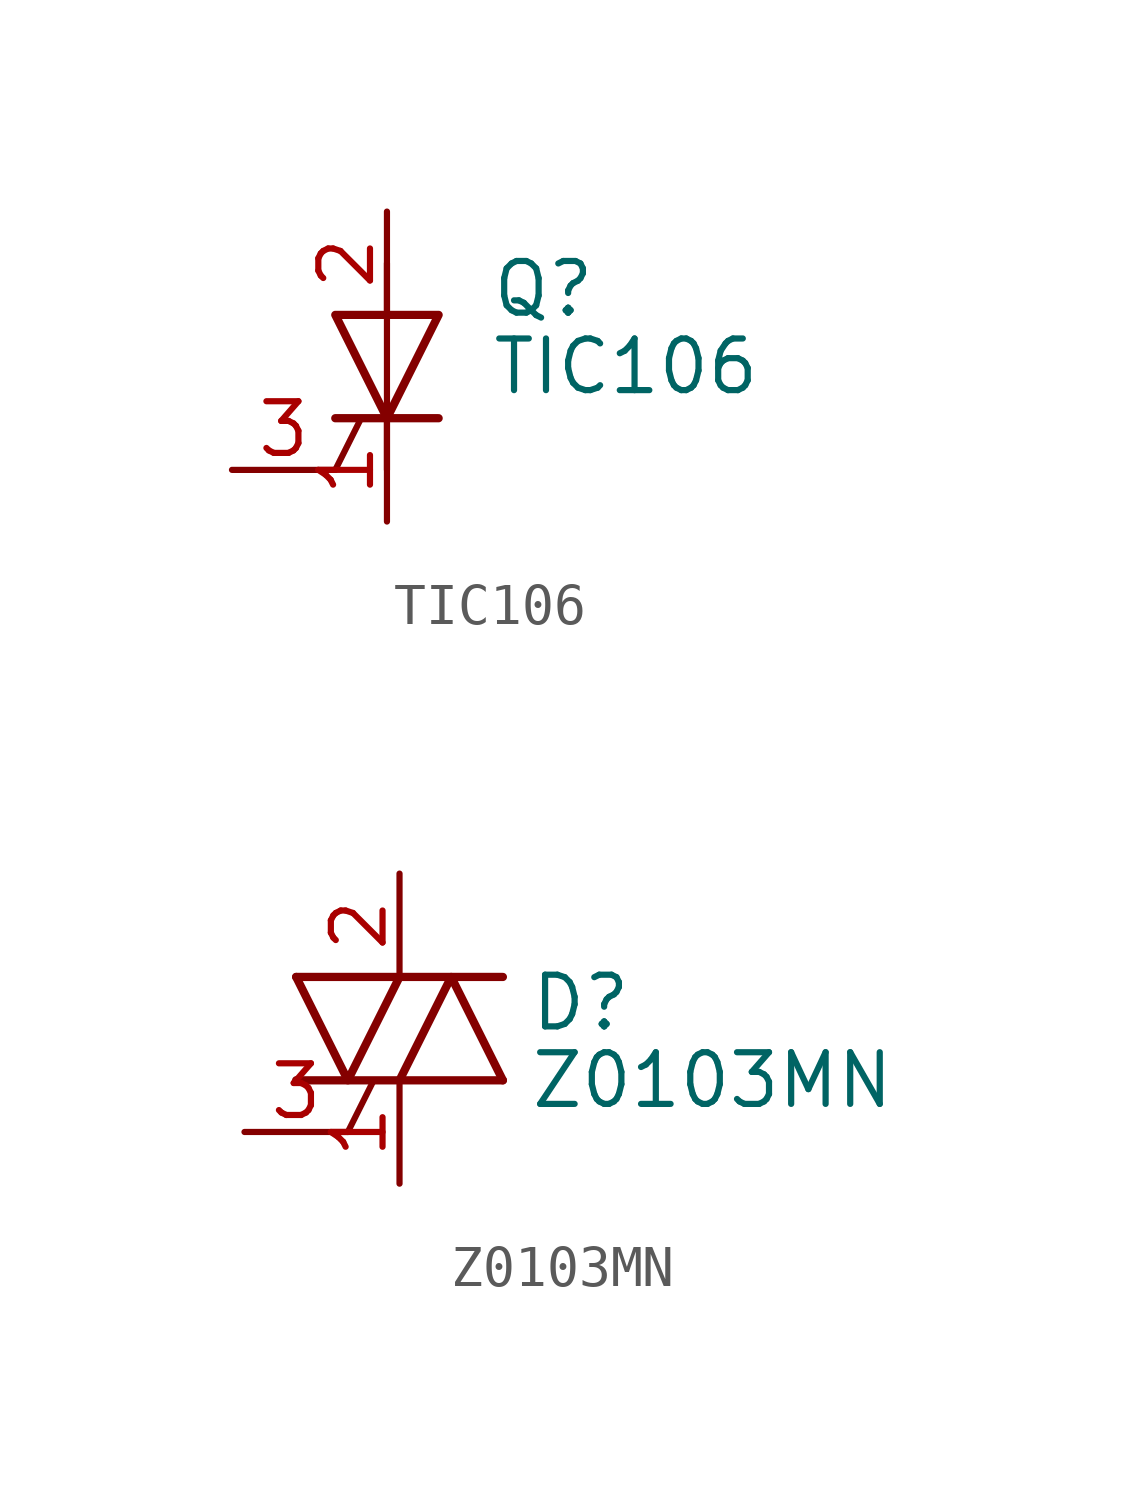
<source format=kicad_sym>
(kicad_symbol_lib
  (version 20220914)
  (generator kicad_symbol_editor)
  (symbol "TIC106"
    (pin_names
      (offset 0) hide)
    (property "Reference" "Q"
      (at 2.54 1.905 0)
      (effects (font (size 1.27 1.27)) (justify left)))
    (property "Value" "TIC106"
      (at 2.54 0 0)
      (effects (font (size 1.27 1.27)) (justify left)))
    (symbol "TIC106_0_1"
      (polyline (pts (xy -1.27 -2.54) (xy -0.635 -1.27)) (stroke (width 0) (type default)) (fill (type none)))
      (polyline (pts (xy -1.27 -1.27) (xy 1.27 -1.27)) (stroke (width 0.203) (type default)) (fill (type none)))
      (polyline (pts (xy 0 -2.54) (xy 0 2.54)) (stroke (width 0) (type default)) (fill (type none)))
      (polyline (pts (xy -1.27 1.27) (xy 1.27 1.27) (xy 0 -1.27) (xy -1.27 1.27)) (stroke (width 0.203) (type default)) (fill (type none))))
    (symbol "TIC106_1_1"
      (pin passive line (at 0 -3.81 90) (length 2.54) (name "K" (effects (font (size 1.27 1.27)))) (number "1" (effects (font (size 1.27 1.27)))))
      (pin passive line (at 0 3.81 270) (length 2.54) (name "A" (effects (font (size 1.27 1.27)))) (number "2" (effects (font (size 1.27 1.27)))))
      (pin input line (at -3.81 -2.54 0) (length 2.54) (name "G" (effects (font (size 1.27 1.27)))) (number "3" (effects (font (size 1.27 1.27)))))))
  (symbol "Z0103MN"
    (pin_names
      (offset 0) hide)
    (property "Reference" "D"
      (at 3.175 0.635 0)
      (effects (font (size 1.27 1.27)) (justify left)))
    (property "Value" "Z0103MN"
      (at 3.175 -1.27 0)
      (effects (font (size 1.27 1.27)) (justify left)))
    (symbol "Z0103MN_0_1"
      (polyline (pts (xy -2.54 -1.27) (xy 2.54 -1.27)) (stroke (width 0.203) (type default)) (fill (type none)))
      (polyline (pts (xy -2.54 1.27) (xy 2.54 1.27)) (stroke (width 0.203) (type default)) (fill (type none)))
      (polyline (pts (xy -1.27 -2.54) (xy -0.635 -1.27)) (stroke (width 0) (type default)) (fill (type none)))
      (polyline (pts (xy -2.54 1.27) (xy -1.27 -1.27) (xy 0 1.27)) (stroke (width 0.203) (type default)) (fill (type none)))
      (polyline (pts (xy 0 -1.27) (xy 1.27 1.27) (xy 2.54 -1.27)) (stroke (width 0.203) (type default)) (fill (type none))))
    (symbol "Z0103MN_1_1"
      (pin passive line (at 0 -3.81 90) (length 2.54) (name "A1" (effects (font (size 1.27 1.27)))) (number "1" (effects (font (size 1.27 1.27)))))
      (pin passive line (at 0 3.81 270) (length 2.54) (name "A2" (effects (font (size 1.27 1.27)))) (number "2" (effects (font (size 1.27 1.27)))))
      (pin input line (at -3.81 -2.54 0) (length 2.54) (name "G" (effects (font (size 1.27 1.27)))) (number "3" (effects (font (size 1.27 1.27)))))
      (pin passive line (at 0 3.81 270) (length 2.54) hide (name "A4" (effects (font (size 1.27 1.27)))) (number "4" (effects (font (size 1.27 1.27))))))))
</source>
